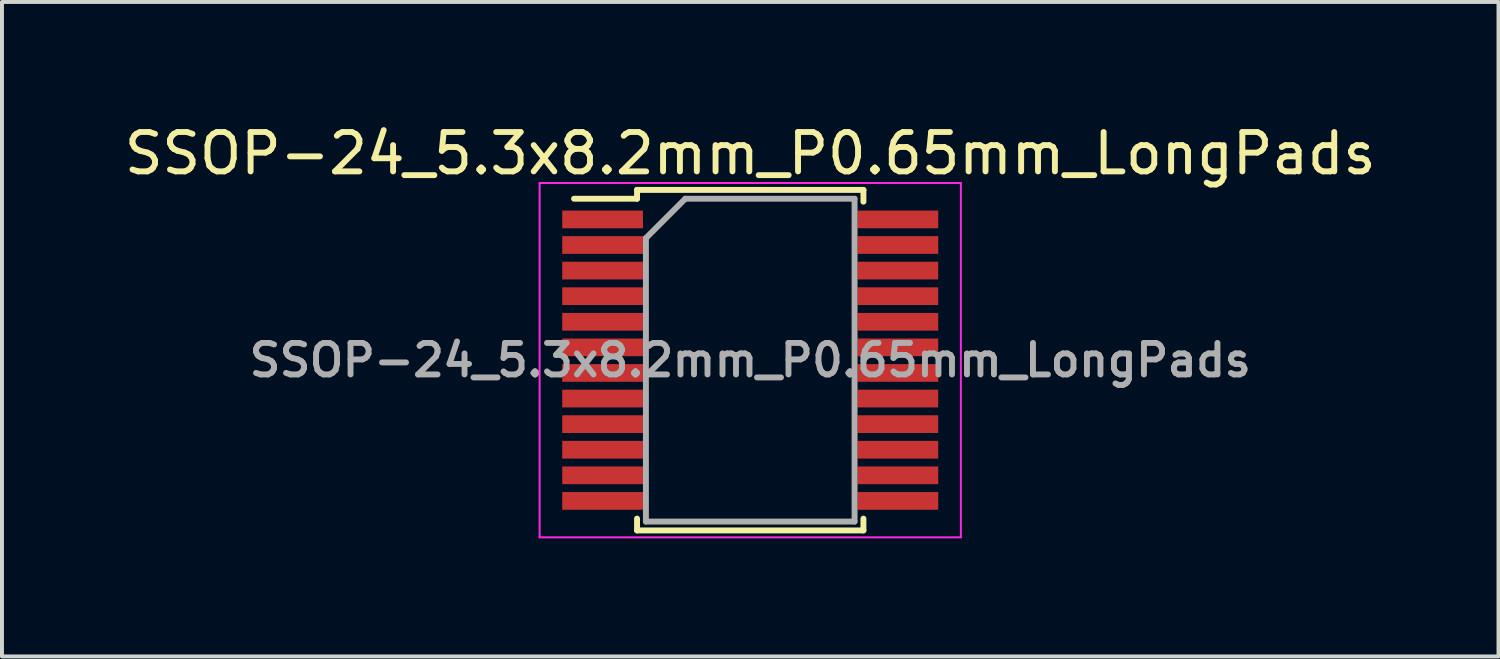
<source format=kicad_pcb>
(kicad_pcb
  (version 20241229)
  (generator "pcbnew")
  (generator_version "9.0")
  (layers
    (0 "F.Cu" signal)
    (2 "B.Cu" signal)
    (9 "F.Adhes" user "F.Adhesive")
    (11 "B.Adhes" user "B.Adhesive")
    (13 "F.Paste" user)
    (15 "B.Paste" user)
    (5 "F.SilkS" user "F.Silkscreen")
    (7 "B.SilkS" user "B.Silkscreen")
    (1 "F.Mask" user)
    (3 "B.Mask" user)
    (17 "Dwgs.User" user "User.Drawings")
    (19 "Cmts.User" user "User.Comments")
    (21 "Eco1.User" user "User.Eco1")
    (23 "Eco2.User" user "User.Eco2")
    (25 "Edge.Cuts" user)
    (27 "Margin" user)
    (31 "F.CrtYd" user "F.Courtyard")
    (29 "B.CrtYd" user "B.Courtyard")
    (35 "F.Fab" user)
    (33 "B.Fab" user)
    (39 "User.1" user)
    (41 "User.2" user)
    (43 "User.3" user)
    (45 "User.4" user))
  (footprint "SSOP-24_5.3x8.2mm_P0.65mm_LongPads"
    (layer "F.Cu")
    (at 16.006 6.098)
    (property "Reference" "SSOP-24_5.3x8.2mm_P0.65mm_LongPads" (at 0 -5.25 0) (layer "F.SilkS") (effects (font (size 1 1) (thickness 0.15))))
    (attr smd)
    (fp_line (start -2.875 -4.325) (end -2.875 -4.1) (stroke (width 0.15) (type solid)) (layer "F.SilkS"))
    (fp_line (start -2.875 -4.325) (end 2.875 -4.325) (stroke (width 0.15) (type solid)) (layer "F.SilkS"))
    (fp_line (start -2.875 -4.1) (end -4.475 -4.1) (stroke (width 0.15) (type solid)) (layer "F.SilkS"))
    (fp_line (start -2.875 4.325) (end -2.875 4.025) (stroke (width 0.15) (type solid)) (layer "F.SilkS"))
    (fp_line (start -2.875 4.325) (end 2.875 4.325) (stroke (width 0.15) (type solid)) (layer "F.SilkS"))
    (fp_line (start 2.875 -4.325) (end 2.875 -4.025) (stroke (width 0.15) (type solid)) (layer "F.SilkS"))
    (fp_line (start 2.875 4.325) (end 2.875 4.025) (stroke (width 0.15) (type solid)) (layer "F.SilkS"))
    (fp_line (start -5.35 -4.5) (end -5.35 4.5) (stroke (width 0.05) (type solid)) (layer "F.CrtYd"))
    (fp_line (start -5.35 -4.5) (end 5.35 -4.5) (stroke (width 0.05) (type solid)) (layer "F.CrtYd"))
    (fp_line (start -5.35 4.5) (end 5.35 4.5) (stroke (width 0.05) (type solid)) (layer "F.CrtYd"))
    (fp_line (start 5.35 -4.5) (end 5.35 4.5) (stroke (width 0.05) (type solid)) (layer "F.CrtYd"))
    (fp_line (start -2.65 -3.1) (end -1.65 -4.1) (stroke (width 0.15) (type solid)) (layer "F.Fab"))
    (fp_line (start -2.65 4.1) (end -2.65 -3.1) (stroke (width 0.15) (type solid)) (layer "F.Fab"))
    (fp_line (start -1.65 -4.1) (end 2.65 -4.1) (stroke (width 0.15) (type solid)) (layer "F.Fab"))
    (fp_line (start 2.65 -4.1) (end 2.65 4.1) (stroke (width 0.15) (type solid)) (layer "F.Fab"))
    (fp_line (start 2.65 4.1) (end -2.65 4.1) (stroke (width 0.15) (type solid)) (layer "F.Fab"))
    (fp_text user "${REFERENCE}" (at 0 0 0) (layer "F.Fab") (effects (font (size 0.8 0.8) (thickness 0.15))))
    (pad "1" smd rect (at -3.75 -3.575) (size 2.05 0.45) (layers "F.Cu" "F.Mask" "F.Paste"))
    (pad "2" smd rect (at -3.75 -2.925) (size 2.05 0.45) (layers "F.Cu" "F.Mask" "F.Paste"))
    (pad "3" smd rect (at -3.75 -2.275) (size 2.05 0.45) (layers "F.Cu" "F.Mask" "F.Paste"))
    (pad "4" smd rect (at -3.75 -1.625) (size 2.05 0.45) (layers "F.Cu" "F.Mask" "F.Paste"))
    (pad "5" smd rect (at -3.75 -0.975) (size 2.05 0.45) (layers "F.Cu" "F.Mask" "F.Paste"))
    (pad "6" smd rect (at -3.75 -0.325) (size 2.05 0.45) (layers "F.Cu" "F.Mask" "F.Paste"))
    (pad "7" smd rect (at -3.75 0.325) (size 2.05 0.45) (layers "F.Cu" "F.Mask" "F.Paste"))
    (pad "8" smd rect (at -3.75 0.975) (size 2.05 0.45) (layers "F.Cu" "F.Mask" "F.Paste"))
    (pad "9" smd rect (at -3.75 1.625) (size 2.05 0.45) (layers "F.Cu" "F.Mask" "F.Paste"))
    (pad "10" smd rect (at -3.75 2.275) (size 2.05 0.45) (layers "F.Cu" "F.Mask" "F.Paste"))
    (pad "11" smd rect (at -3.75 2.925) (size 2.05 0.45) (layers "F.Cu" "F.Mask" "F.Paste"))
    (pad "12" smd rect (at -3.75 3.575) (size 2.05 0.45) (layers "F.Cu" "F.Mask" "F.Paste"))
    (pad "13" smd rect (at 3.75 3.575) (size 2.05 0.45) (layers "F.Cu" "F.Mask" "F.Paste"))
    (pad "14" smd rect (at 3.75 2.925) (size 2.05 0.45) (layers "F.Cu" "F.Mask" "F.Paste"))
    (pad "15" smd rect (at 3.75 2.275) (size 2.05 0.45) (layers "F.Cu" "F.Mask" "F.Paste"))
    (pad "16" smd rect (at 3.75 1.625) (size 2.05 0.45) (layers "F.Cu" "F.Mask" "F.Paste"))
    (pad "17" smd rect (at 3.75 0.975) (size 2.05 0.45) (layers "F.Cu" "F.Mask" "F.Paste"))
    (pad "18" smd rect (at 3.75 0.325) (size 2.05 0.45) (layers "F.Cu" "F.Mask" "F.Paste"))
    (pad "19" smd rect (at 3.75 -0.325) (size 2.05 0.45) (layers "F.Cu" "F.Mask" "F.Paste"))
    (pad "20" smd rect (at 3.75 -0.975) (size 2.05 0.45) (layers "F.Cu" "F.Mask" "F.Paste"))
    (pad "21" smd rect (at 3.75 -1.625) (size 2.05 0.45) (layers "F.Cu" "F.Mask" "F.Paste"))
    (pad "22" smd rect (at 3.75 -2.275) (size 2.05 0.45) (layers "F.Cu" "F.Mask" "F.Paste"))
    (pad "23" smd rect (at 3.75 -2.925) (size 2.05 0.45) (layers "F.Cu" "F.Mask" "F.Paste"))
    (pad "24" smd rect (at 3.75 -3.575) (size 2.05 0.45) (layers "F.Cu" "F.Mask" "F.Paste")))
  (gr_rect
    (start -3 -3)
    (end 35.012 13.623)
    (stroke (width 0.1) (type default))
    (fill no)
    (layer "Edge.Cuts")))
</source>
